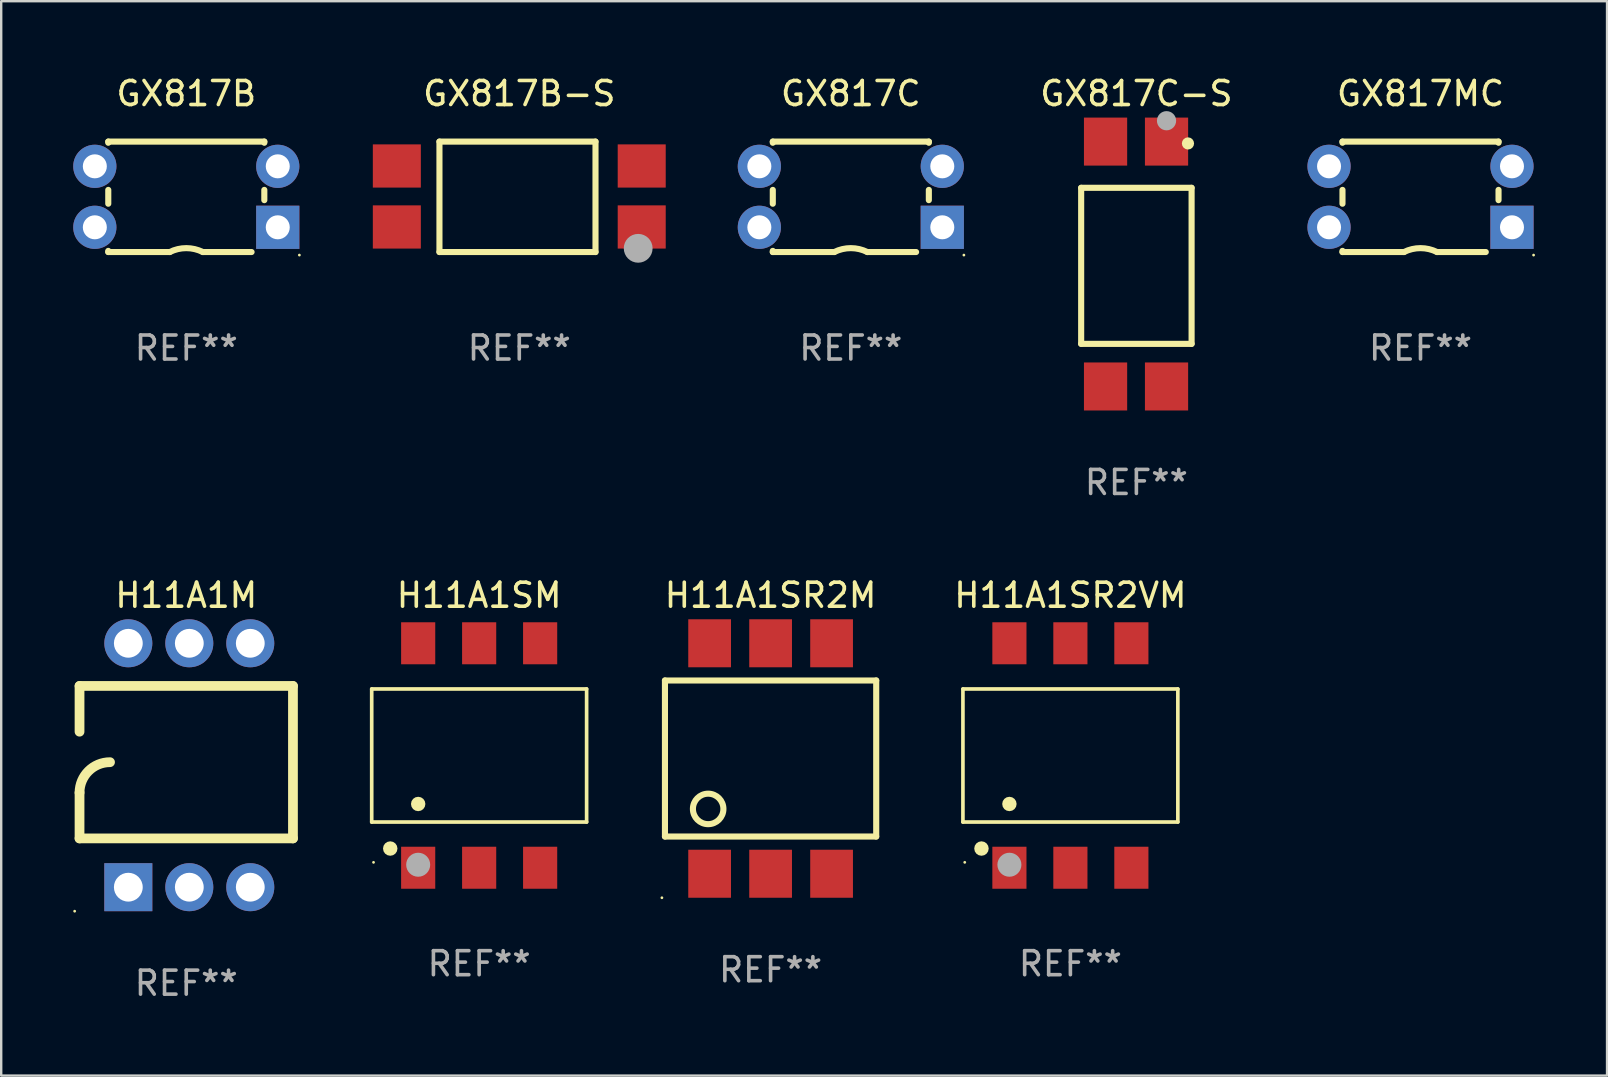
<source format=kicad_pcb>
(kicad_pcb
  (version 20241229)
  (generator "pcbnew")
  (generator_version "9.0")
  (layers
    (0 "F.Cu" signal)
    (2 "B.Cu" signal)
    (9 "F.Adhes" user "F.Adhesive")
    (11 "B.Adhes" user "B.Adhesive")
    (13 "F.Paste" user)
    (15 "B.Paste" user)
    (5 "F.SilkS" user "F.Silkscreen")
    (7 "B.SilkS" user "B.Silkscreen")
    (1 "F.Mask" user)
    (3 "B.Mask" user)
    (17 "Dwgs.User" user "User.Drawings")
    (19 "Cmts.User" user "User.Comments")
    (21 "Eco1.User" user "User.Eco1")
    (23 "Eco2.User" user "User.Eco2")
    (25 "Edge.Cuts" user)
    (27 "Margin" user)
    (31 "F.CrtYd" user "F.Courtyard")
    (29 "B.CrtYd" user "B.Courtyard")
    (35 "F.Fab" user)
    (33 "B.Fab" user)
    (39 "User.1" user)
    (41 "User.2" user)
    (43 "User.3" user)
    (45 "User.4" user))
  (footprint "GX817C"
    (layer "F.Cu")
    (at 32.39 5.148)
    (property "Reference" "GX817C" (at 0 -4.3 0) (layer "F.SilkS") (effects (font (size 1 1) (thickness 0.15))))
    (attr through_hole)
    (fp_line (start -3.25 -2.3) (end 3.25 -2.3) (stroke (width 0.254) (type solid)) (layer "F.SilkS"))
    (fp_line (start -3.25 -2.252) (end -3.25 -2.3) (stroke (width 0.254) (type solid)) (layer "F.SilkS"))
    (fp_line (start -3.25 0.288) (end -3.25 -0.288) (stroke (width 0.254) (type solid)) (layer "F.SilkS"))
    (fp_line (start -3.25 2.3) (end -3.25 2.252) (stroke (width 0.254) (type solid)) (layer "F.SilkS"))
    (fp_line (start -3.25 2.3) (end -0.689 2.3) (stroke (width 0.254) (type solid)) (layer "F.SilkS"))
    (fp_line (start 2.719 2.3) (end 0.689 2.3) (stroke (width 0.254) (type solid)) (layer "F.SilkS"))
    (fp_line (start 3.25 -2.3) (end 3.25 -2.252) (stroke (width 0.254) (type solid)) (layer "F.SilkS"))
    (fp_line (start 3.25 -0.288) (end 3.25 0.139) (stroke (width 0.254) (type solid)) (layer "F.SilkS"))
    (fp_arc (start -0.689357 2.3) (mid 0.000655 2.137964) (end 0.690374 2.301245) (stroke (width 0.254001) (type solid)) (layer "F.SilkS"))
    (fp_circle (center 4.71 2.427) (end 4.74 2.427) (stroke (width 0.06) (type solid)) (fill no) (layer "F.SilkS"))
    (fp_text user "REF**" (at 0 6.3 0) (layer "F.Fab") (effects (font (size 1 1) (thickness 0.15))))
    (pad "1" thru_hole rect (at 3.81 1.27 180) (size 1.8 1.8) (drill 1) (layers "*.Cu" "*.Mask"))
    (pad "2" thru_hole circle (at 3.81 -1.27) (size 1.8 1.8) (drill 1) (layers "*.Cu" "*.Mask"))
    (pad "3" thru_hole circle (at -3.81 -1.27) (size 1.8 1.8) (drill 1) (layers "*.Cu" "*.Mask"))
    (pad "4" thru_hole circle (at -3.81 1.27) (size 1.8 1.8) (drill 1) (layers "*.Cu" "*.Mask")))
  (footprint "GX817MC"
    (layer "F.Cu")
    (at 56.12 5.148)
    (property "Reference" "GX817MC" (at 0 -4.3 0) (layer "F.SilkS") (effects (font (size 1 1) (thickness 0.15))))
    (attr through_hole)
    (fp_line (start -3.25 -2.3) (end 3.25 -2.3) (stroke (width 0.254) (type solid)) (layer "F.SilkS"))
    (fp_line (start -3.25 -2.252) (end -3.25 -2.3) (stroke (width 0.254) (type solid)) (layer "F.SilkS"))
    (fp_line (start -3.25 0.288) (end -3.25 -0.288) (stroke (width 0.254) (type solid)) (layer "F.SilkS"))
    (fp_line (start -3.25 2.3) (end -3.25 2.252) (stroke (width 0.254) (type solid)) (layer "F.SilkS"))
    (fp_line (start -3.25 2.3) (end -0.689 2.3) (stroke (width 0.254) (type solid)) (layer "F.SilkS"))
    (fp_line (start 2.719 2.3) (end 0.689 2.3) (stroke (width 0.254) (type solid)) (layer "F.SilkS"))
    (fp_line (start 3.25 -2.3) (end 3.25 -2.252) (stroke (width 0.254) (type solid)) (layer "F.SilkS"))
    (fp_line (start 3.25 -0.288) (end 3.25 0.139) (stroke (width 0.254) (type solid)) (layer "F.SilkS"))
    (fp_arc (start -0.689357 2.3) (mid 0.000655 2.137964) (end 0.690374 2.301245) (stroke (width 0.254001) (type solid)) (layer "F.SilkS"))
    (fp_circle (center 4.71 2.427) (end 4.74 2.427) (stroke (width 0.06) (type solid)) (fill no) (layer "F.SilkS"))
    (fp_text user "REF**" (at 0 6.3 0) (layer "F.Fab") (effects (font (size 1 1) (thickness 0.15))))
    (pad "1" thru_hole rect (at 3.81 1.27 180) (size 1.8 1.8) (drill 1) (layers "*.Cu" "*.Mask"))
    (pad "2" thru_hole circle (at 3.81 -1.27) (size 1.8 1.8) (drill 1) (layers "*.Cu" "*.Mask"))
    (pad "3" thru_hole circle (at -3.81 -1.27) (size 1.8 1.8) (drill 1) (layers "*.Cu" "*.Mask"))
    (pad "4" thru_hole circle (at -3.81 1.27) (size 1.8 1.8) (drill 1) (layers "*.Cu" "*.Mask")))
  (footprint "GX817B"
    (layer "F.Cu")
    (at 4.71 5.148)
    (property "Reference" "GX817B" (at 0 -4.3 0) (layer "F.SilkS") (effects (font (size 1 1) (thickness 0.15))))
    (attr through_hole)
    (fp_line (start -3.25 -2.3) (end 3.25 -2.3) (stroke (width 0.254) (type solid)) (layer "F.SilkS"))
    (fp_line (start -3.25 -2.252) (end -3.25 -2.3) (stroke (width 0.254) (type solid)) (layer "F.SilkS"))
    (fp_line (start -3.25 0.288) (end -3.25 -0.288) (stroke (width 0.254) (type solid)) (layer "F.SilkS"))
    (fp_line (start -3.25 2.3) (end -3.25 2.252) (stroke (width 0.254) (type solid)) (layer "F.SilkS"))
    (fp_line (start -3.25 2.3) (end -0.689 2.3) (stroke (width 0.254) (type solid)) (layer "F.SilkS"))
    (fp_line (start 2.719 2.3) (end 0.689 2.3) (stroke (width 0.254) (type solid)) (layer "F.SilkS"))
    (fp_line (start 3.25 -2.3) (end 3.25 -2.252) (stroke (width 0.254) (type solid)) (layer "F.SilkS"))
    (fp_line (start 3.25 -0.288) (end 3.25 0.139) (stroke (width 0.254) (type solid)) (layer "F.SilkS"))
    (fp_arc (start -0.689357 2.3) (mid 0.000655 2.137964) (end 0.690374 2.301245) (stroke (width 0.254001) (type solid)) (layer "F.SilkS"))
    (fp_circle (center 4.71 2.427) (end 4.74 2.427) (stroke (width 0.06) (type solid)) (fill no) (layer "F.SilkS"))
    (fp_text user "REF**" (at 0 6.3 0) (layer "F.Fab") (effects (font (size 1 1) (thickness 0.15))))
    (pad "1" thru_hole rect (at 3.81 1.27 180) (size 1.8 1.8) (drill 1) (layers "*.Cu" "*.Mask"))
    (pad "2" thru_hole circle (at 3.81 -1.27) (size 1.8 1.8) (drill 1) (layers "*.Cu" "*.Mask"))
    (pad "3" thru_hole circle (at -3.81 -1.27) (size 1.8 1.8) (drill 1) (layers "*.Cu" "*.Mask"))
    (pad "4" thru_hole circle (at -3.81 1.27) (size 1.8 1.8) (drill 1) (layers "*.Cu" "*.Mask")))
  (footprint "H11A1SR2M"
    (layer "F.Cu")
    (at 29.048 28.545)
    (property "Reference" "H11A1SR2M" (at 0 -6.8 0) (layer "F.SilkS") (effects (font (size 1 1) (thickness 0.15))))
    (attr through_hole)
    (fp_line (start -4.4 -3.25) (end -4.4 3.25) (stroke (width 0.254) (type solid)) (layer "F.SilkS"))
    (fp_line (start -4.4 -3.25) (end 4.4 -3.25) (stroke (width 0.254) (type solid)) (layer "F.SilkS"))
    (fp_line (start 4.4 3.25) (end -4.4 3.25) (stroke (width 0.254) (type solid)) (layer "F.SilkS"))
    (fp_line (start 4.4 3.25) (end 4.4 -3.25) (stroke (width 0.254) (type solid)) (layer "F.SilkS"))
    (fp_circle (center -4.527 5.8) (end -4.497 5.8) (stroke (width 0.06) (type solid)) (fill no) (layer "F.SilkS"))
    (fp_circle (center -2.6 2.1) (end -1.965 2.1) (stroke (width 0.254) (type solid)) (fill no) (layer "F.SilkS"))
    (fp_text user "REF**" (at 0 8.8 0) (layer "F.Fab") (effects (font (size 1 1) (thickness 0.15))))
    (pad "1" smd rect (at -2.539 4.8) (size 1.78 2) (layers "F.Cu" "F.Mask" "F.Paste"))
    (pad "2" smd rect (at 0.001 4.8) (size 1.78 2) (layers "F.Cu" "F.Mask" "F.Paste"))
    (pad "3" smd rect (at 2.541 4.8) (size 1.78 2) (layers "F.Cu" "F.Mask" "F.Paste"))
    (pad "4" smd rect (at 2.541 -4.8) (size 1.78 2) (layers "F.Cu" "F.Mask" "F.Paste"))
    (pad "5" smd rect (at 0.001 -4.8) (size 1.78 2) (layers "F.Cu" "F.Mask" "F.Paste"))
    (pad "6" smd rect (at -2.539 -4.8) (size 1.78 2) (layers "F.Cu" "F.Mask" "F.Paste")))
  (footprint "GX817B-S"
    (layer "F.Cu")
    (at 18.58 5.148)
    (property "Reference" "GX817B-S" (at 0 -4.3 0) (layer "F.SilkS") (effects (font (size 1 1) (thickness 0.15))))
    (attr through_hole)
    (fp_line (start -3.325 -2.3) (end 3.175 -2.3) (stroke (width 0.254) (type solid)) (layer "F.SilkS"))
    (fp_line (start -3.325 2.3) (end -3.325 -2.3) (stroke (width 0.254) (type solid)) (layer "F.SilkS"))
    (fp_line (start 3.175 -2.3) (end 3.175 2.3) (stroke (width 0.254) (type solid)) (layer "F.SilkS"))
    (fp_line (start 3.175 2.3) (end -3.325 2.3) (stroke (width 0.254) (type solid)) (layer "F.SilkS"))
    (fp_circle (center 5.15 2.276) (end 5.18 2.276) (stroke (width 0.06) (type solid)) (fill no) (layer "F.SilkS"))
    (fp_circle (center 4.953 2.145) (end 5.253 2.145) (stroke (width 0.6) (type solid)) (fill no) (layer "F.Fab"))
    (fp_text user "REF**" (at 0 6.3 0) (layer "F.Fab") (effects (font (size 1 1) (thickness 0.15))))
    (pad "1" smd rect (at 5.1 1.256 90) (size 1.8 2) (layers "F.Cu" "F.Mask" "F.Paste"))
    (pad "2" smd rect (at 5.1 -1.284 90) (size 1.8 2) (layers "F.Cu" "F.Mask" "F.Paste"))
    (pad "3" smd rect (at -5.1 -1.284 90) (size 1.8 2) (layers "F.Cu" "F.Mask" "F.Paste"))
    (pad "4" smd rect (at -5.1 1.256 90) (size 1.8 2) (layers "F.Cu" "F.Mask" "F.Paste")))
  (footprint "H11A1SR2VM"
    (layer "F.Cu")
    (at 41.536 28.42)
    (property "Reference" "H11A1SR2VM" (at 0 -6.675 0) (layer "F.SilkS") (effects (font (size 1 1) (thickness 0.15))))
    (attr through_hole)
    (fp_line (start -4.476 -2.771) (end 4.476 -2.771) (stroke (width 0.152) (type solid)) (layer "F.SilkS"))
    (fp_line (start -4.476 2.771) (end -4.476 -2.771) (stroke (width 0.152) (type solid)) (layer "F.SilkS"))
    (fp_line (start 4.476 -2.771) (end 4.476 2.771) (stroke (width 0.152) (type solid)) (layer "F.SilkS"))
    (fp_line (start 4.476 2.771) (end -4.476 2.771) (stroke (width 0.152) (type solid)) (layer "F.SilkS"))
    (fp_circle (center -4.4 4.45) (end -4.37 4.45) (stroke (width 0.06) (type solid)) (fill no) (layer "F.SilkS"))
    (fp_circle (center -3.704 3.875) (end -3.553 3.875) (stroke (width 0.3) (type solid)) (fill no) (layer "F.SilkS"))
    (fp_circle (center -2.54 2.019) (end -2.39 2.019) (stroke (width 0.3) (type solid)) (fill no) (layer "F.SilkS"))
    (fp_circle (center -2.54 4.55) (end -2.29 4.55) (stroke (width 0.5) (type solid)) (fill no) (layer "F.Fab"))
    (fp_text user "REF**" (at 0 8.675 0) (layer "F.Fab") (effects (font (size 1 1) (thickness 0.15))))
    (pad "1" smd rect (at -2.54 4.675) (size 1.422 1.75) (layers "F.Cu" "F.Mask" "F.Paste"))
    (pad "2" smd rect (at 0 4.675) (size 1.422 1.75) (layers "F.Cu" "F.Mask" "F.Paste"))
    (pad "3" smd rect (at 2.54 4.675) (size 1.422 1.75) (layers "F.Cu" "F.Mask" "F.Paste"))
    (pad "4" smd rect (at 2.54 -4.675) (size 1.422 1.75) (layers "F.Cu" "F.Mask" "F.Paste"))
    (pad "5" smd rect (at 0 -4.675) (size 1.422 1.75) (layers "F.Cu" "F.Mask" "F.Paste"))
    (pad "6" smd rect (at -2.54 -4.675) (size 1.422 1.75) (layers "F.Cu" "F.Mask" "F.Paste")))
  (footprint "GX817C-S"
    (layer "F.Cu")
    (at 44.285 7.948)
    (property "Reference" "GX817C-S" (at 0 -7.1 0) (layer "F.SilkS") (effects (font (size 1 1) (thickness 0.15))))
    (attr through_hole)
    (fp_line (start -2.3 -3.175) (end 2.3 -3.175) (stroke (width 0.254) (type solid)) (layer "F.SilkS"))
    (fp_line (start -2.3 3.325) (end -2.3 -3.175) (stroke (width 0.254) (type solid)) (layer "F.SilkS"))
    (fp_line (start 2.3 -3.175) (end 2.3 3.325) (stroke (width 0.254) (type solid)) (layer "F.SilkS"))
    (fp_line (start 2.3 3.325) (end -2.3 3.325) (stroke (width 0.254) (type solid)) (layer "F.SilkS"))
    (fp_circle (center 2.149 -5.023) (end 2.276 -5.023) (stroke (width 0.254) (type solid)) (fill no) (layer "F.SilkS"))
    (fp_circle (center 1.256 -5.969) (end 1.456 -5.969) (stroke (width 0.4) (type solid)) (fill no) (layer "F.Fab"))
    (fp_text user "REF**" (at 0 9.1 0) (layer "F.Fab") (effects (font (size 1 1) (thickness 0.15))))
    (pad "1" smd rect (at 1.256 -5.1 180) (size 1.8 2) (layers "F.Cu" "F.Mask" "F.Paste"))
    (pad "2" smd rect (at -1.284 -5.1 180) (size 1.8 2) (layers "F.Cu" "F.Mask" "F.Paste"))
    (pad "3" smd rect (at -1.284 5.1 180) (size 1.8 2) (layers "F.Cu" "F.Mask" "F.Paste"))
    (pad "4" smd rect (at 1.256 5.1 180) (size 1.8 2) (layers "F.Cu" "F.Mask" "F.Paste")))
  (footprint "H11A1M"
    (layer "F.Cu")
    (at 4.708 28.825)
    (property "Reference" "H11A1M" (at 0 -7.08 0) (layer "F.SilkS") (effects (font (size 1 1) (thickness 0.15))))
    (attr through_hole)
    (fp_line (start -4.445 -3.302) (end 4.445 -3.302) (stroke (width 0.406) (type solid)) (layer "F.SilkS"))
    (fp_line (start -4.445 -1.397) (end -4.445 -3.302) (stroke (width 0.406) (type solid)) (layer "F.SilkS"))
    (fp_line (start -4.445 3.048) (end -4.445 1.143) (stroke (width 0.406) (type solid)) (layer "F.SilkS"))
    (fp_line (start -4.445 3.048) (end 4.445 3.048) (stroke (width 0.406) (type solid)) (layer "F.SilkS"))
    (fp_line (start 4.445 -3.302) (end 4.445 3.048) (stroke (width 0.406) (type solid)) (layer "F.SilkS"))
    (fp_arc (start -4.444983 1.143002) (mid -4.073008 0.244974) (end -3.17498 -0.127) (stroke (width 0.4064) (type solid)) (layer "F.SilkS"))
    (fp_circle (center -4.648 6.08) (end -4.618 6.08) (stroke (width 0.06) (type solid)) (fill no) (layer "F.SilkS"))
    (fp_text user "REF**" (at 0 9.08 0) (layer "F.Fab") (effects (font (size 1 1) (thickness 0.15))))
    (pad "1" thru_hole rect (at -2.413 5.08 90) (size 2 2) (drill 1.2) (layers "*.Cu" "*.Mask"))
    (pad "2" thru_hole circle (at 0.127 5.08) (size 2 2) (drill 1.2) (layers "*.Cu" "*.Mask"))
    (pad "3" thru_hole circle (at 2.667 5.08) (size 2 2) (drill 1.2) (layers "*.Cu" "*.Mask"))
    (pad "4" thru_hole circle (at 2.667 -5.08) (size 2 2) (drill 1.2) (layers "*.Cu" "*.Mask"))
    (pad "5" thru_hole circle (at 0.127 -5.08) (size 2 2) (drill 1.2) (layers "*.Cu" "*.Mask"))
    (pad "6" thru_hole circle (at -2.413 -5.08) (size 2 2) (drill 1.2) (layers "*.Cu" "*.Mask")))
  (footprint "H11A1SM"
    (layer "F.Cu")
    (at 16.909 28.42)
    (property "Reference" "H11A1SM" (at 0 -6.675 0) (layer "F.SilkS") (effects (font (size 1 1) (thickness 0.15))))
    (attr through_hole)
    (fp_line (start -4.476 -2.771) (end 4.476 -2.771) (stroke (width 0.152) (type solid)) (layer "F.SilkS"))
    (fp_line (start -4.476 2.771) (end -4.476 -2.771) (stroke (width 0.152) (type solid)) (layer "F.SilkS"))
    (fp_line (start 4.476 -2.771) (end 4.476 2.771) (stroke (width 0.152) (type solid)) (layer "F.SilkS"))
    (fp_line (start 4.476 2.771) (end -4.476 2.771) (stroke (width 0.152) (type solid)) (layer "F.SilkS"))
    (fp_circle (center -4.4 4.45) (end -4.37 4.45) (stroke (width 0.06) (type solid)) (fill no) (layer "F.SilkS"))
    (fp_circle (center -3.704 3.875) (end -3.553 3.875) (stroke (width 0.3) (type solid)) (fill no) (layer "F.SilkS"))
    (fp_circle (center -2.54 2.019) (end -2.39 2.019) (stroke (width 0.3) (type solid)) (fill no) (layer "F.SilkS"))
    (fp_circle (center -2.54 4.55) (end -2.29 4.55) (stroke (width 0.5) (type solid)) (fill no) (layer "F.Fab"))
    (fp_text user "REF**" (at 0 8.675 0) (layer "F.Fab") (effects (font (size 1 1) (thickness 0.15))))
    (pad "1" smd rect (at -2.54 4.675) (size 1.422 1.75) (layers "F.Cu" "F.Mask" "F.Paste"))
    (pad "2" smd rect (at 0 4.675) (size 1.422 1.75) (layers "F.Cu" "F.Mask" "F.Paste"))
    (pad "3" smd rect (at 2.54 4.675) (size 1.422 1.75) (layers "F.Cu" "F.Mask" "F.Paste"))
    (pad "4" smd rect (at 2.54 -4.675) (size 1.422 1.75) (layers "F.Cu" "F.Mask" "F.Paste"))
    (pad "5" smd rect (at 0 -4.675) (size 1.422 1.75) (layers "F.Cu" "F.Mask" "F.Paste"))
    (pad "6" smd rect (at -2.54 -4.675) (size 1.422 1.75) (layers "F.Cu" "F.Mask" "F.Paste")))
  (gr_rect
    (start -3 -3)
    (end 63.89 41.753)
    (stroke (width 0.1) (type default))
    (fill no)
    (layer "Edge.Cuts")))
</source>
